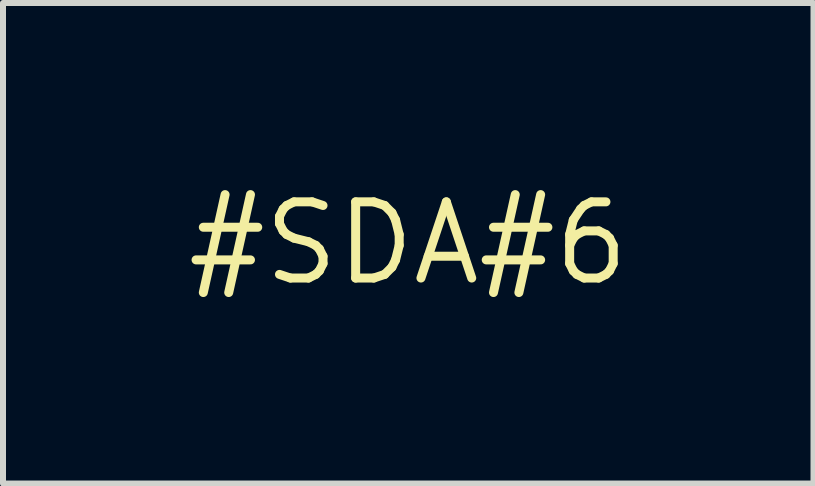
<source format=kicad_pcb>
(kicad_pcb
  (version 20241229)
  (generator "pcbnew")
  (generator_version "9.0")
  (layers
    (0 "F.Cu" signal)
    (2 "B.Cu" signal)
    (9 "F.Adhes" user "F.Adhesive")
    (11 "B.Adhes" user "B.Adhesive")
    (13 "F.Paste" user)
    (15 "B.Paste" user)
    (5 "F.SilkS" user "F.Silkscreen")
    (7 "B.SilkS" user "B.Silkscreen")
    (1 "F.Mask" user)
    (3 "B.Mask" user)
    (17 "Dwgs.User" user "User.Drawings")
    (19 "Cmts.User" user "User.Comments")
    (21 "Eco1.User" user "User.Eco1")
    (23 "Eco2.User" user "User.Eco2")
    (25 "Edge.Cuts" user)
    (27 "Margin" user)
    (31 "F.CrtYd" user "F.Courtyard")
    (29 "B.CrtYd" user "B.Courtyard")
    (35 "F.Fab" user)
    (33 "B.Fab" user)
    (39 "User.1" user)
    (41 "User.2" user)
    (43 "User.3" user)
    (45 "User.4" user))
  (footprint "#SDA#6"
    (layer "F.Cu")
    (at 3.757 1.006)
    (property "Reference" "#SDA#6" (at 0 0 0) (layer "F.SilkS") (effects (font (size 1.27 1.27) (thickness 0.15))))
    (fp_poly (pts (xy -0.318 0.236) (xy -0.32 0.24) (xy -0.32 0.235) (xy -0.319 0.235)) (stroke (width 0) (type default)) (fill yes) (layer "F.SilkS")))
  (gr_rect
    (start -3 -3)
    (end 10.514 5.012)
    (stroke (width 0.1) (type default))
    (fill no)
    (layer "Edge.Cuts")))
</source>
